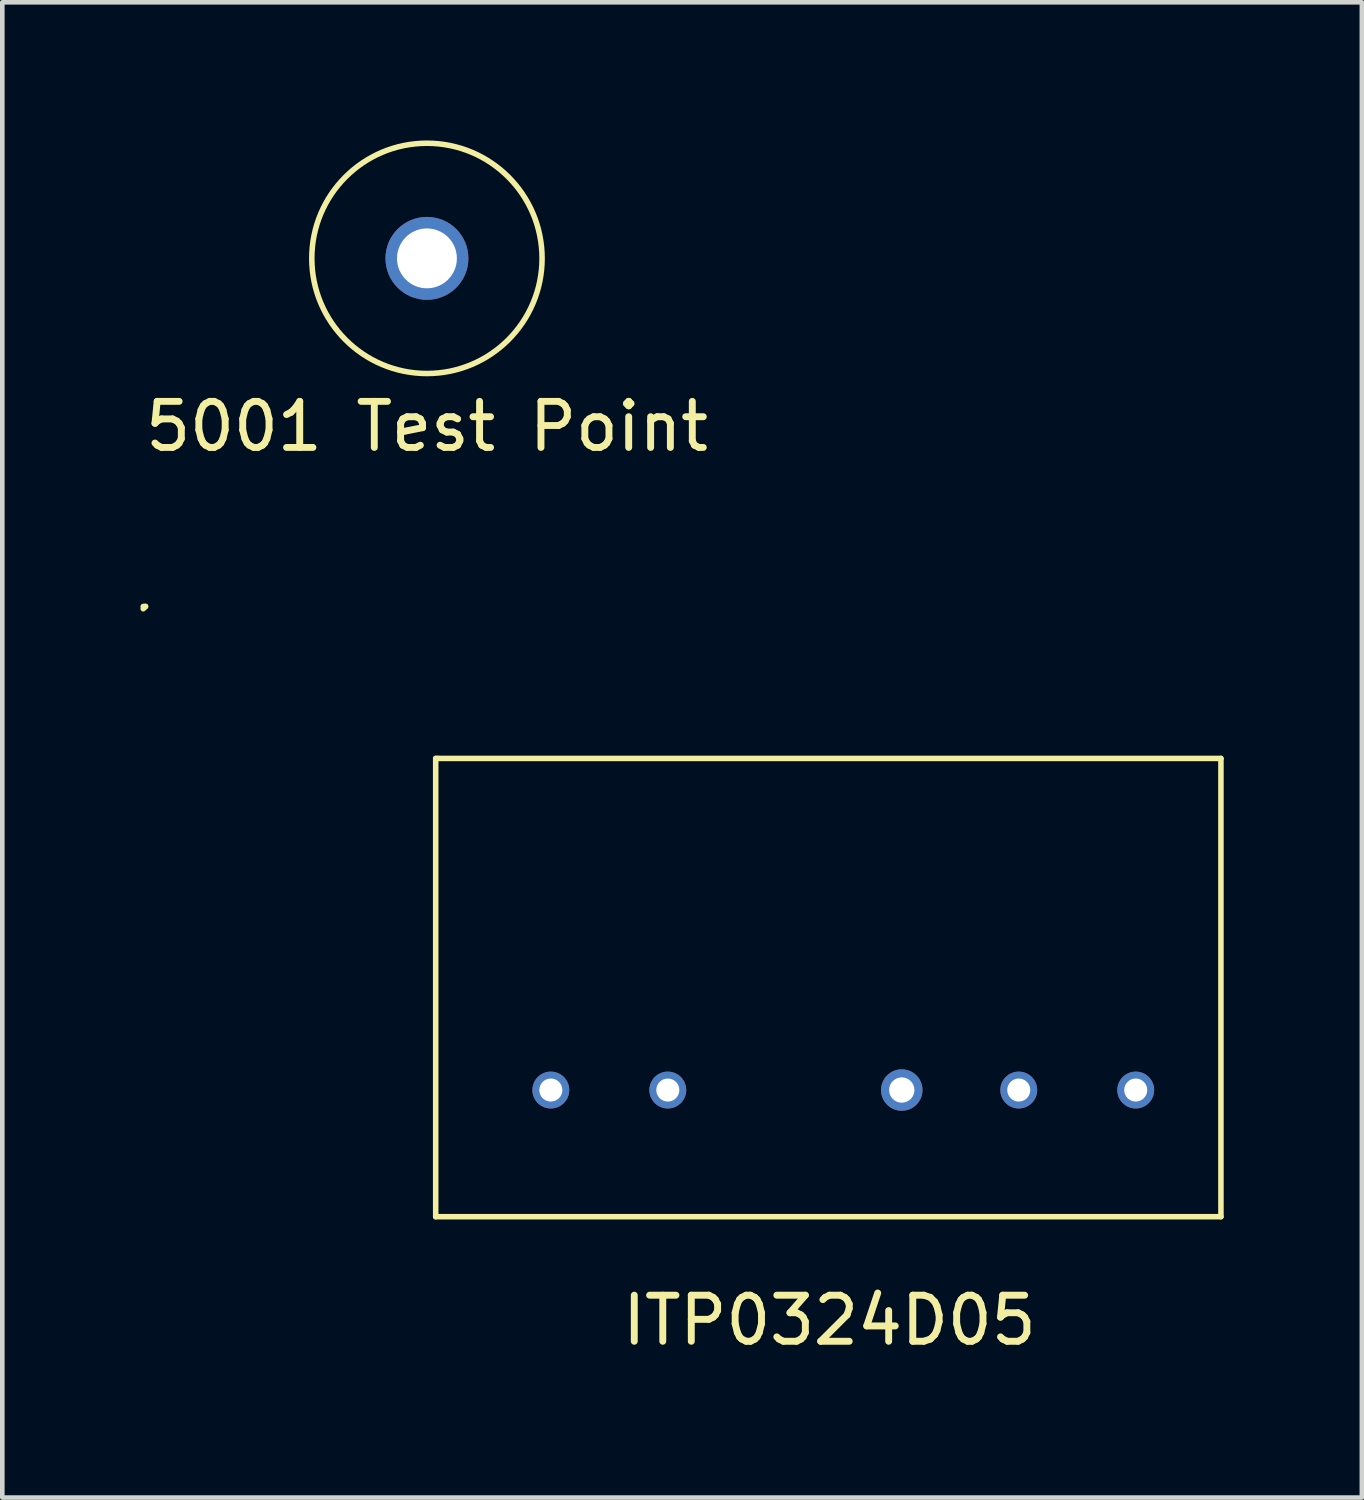
<source format=kicad_pcb>
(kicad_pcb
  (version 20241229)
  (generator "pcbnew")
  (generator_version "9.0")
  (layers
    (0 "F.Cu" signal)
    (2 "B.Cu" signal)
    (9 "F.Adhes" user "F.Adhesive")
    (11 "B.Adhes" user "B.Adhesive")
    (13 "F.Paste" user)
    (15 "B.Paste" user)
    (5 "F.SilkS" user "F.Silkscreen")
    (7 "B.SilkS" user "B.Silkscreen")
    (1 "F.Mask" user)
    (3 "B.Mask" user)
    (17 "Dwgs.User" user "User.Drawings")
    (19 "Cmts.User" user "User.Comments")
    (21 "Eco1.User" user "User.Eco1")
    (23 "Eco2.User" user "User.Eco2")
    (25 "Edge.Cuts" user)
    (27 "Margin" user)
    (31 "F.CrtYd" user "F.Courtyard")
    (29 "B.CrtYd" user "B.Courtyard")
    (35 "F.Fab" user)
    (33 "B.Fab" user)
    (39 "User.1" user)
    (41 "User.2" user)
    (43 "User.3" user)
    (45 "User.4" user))
  (footprint "5001 Test Point"
    (layer "F.Cu")
    (at 6.22 2.56)
    (property "Reference" "5001 Test Point" (at 0 3.65 0) (layer "F.SilkS") (effects (font (size 1 1) (thickness 0.15))))
    (attr through_hole)
    (fp_circle (center 0 0) (end 2.5 0) (stroke (width 0.12) (type solid)) (fill no) (layer "F.SilkS"))
    (pad "1" thru_hole circle (at 0 0) (size 1.8 1.8) (drill 1.3) (layers "*.Cu" "*.Mask")))
  (footprint "ITP0324D05"
    (layer "F.Cu")
    (at 14.91 20.618)
    (property "Reference" "ITP0324D05" (at 0.05 5 0) (layer "F.SilkS") (effects (font (size 1 1) (thickness 0.15))))
    (attr through_hole)
    (fp_line (start -14.85 -10.5) (end -14.8 -10.5) (stroke (width 0.12) (type solid)) (layer "F.SilkS"))
    (fp_line (start -14.8 -10.5) (end -14.85 -10.45) (stroke (width 0.12) (type solid)) (layer "F.SilkS"))
    (fp_line (start -8.5 -7.2) (end -8.45 -7.2) (stroke (width 0.12) (type solid)) (layer "F.SilkS"))
    (fp_line (start -8.5 2.75) (end -8.5 -7.2) (stroke (width 0.12) (type solid)) (layer "F.SilkS"))
    (fp_line (start -8.45 -7.2) (end 8.55 -7.2) (stroke (width 0.12) (type solid)) (layer "F.SilkS"))
    (fp_line (start 8.55 -7.2) (end 8.55 2.75) (stroke (width 0.12) (type solid)) (layer "F.SilkS"))
    (fp_line (start 8.55 2.75) (end -8.5 2.75) (stroke (width 0.12) (type solid)) (layer "F.SilkS"))
    (pad "1" thru_hole circle (at -6 0) (size 0.8 0.8) (drill 0.5) (layers "*.Cu" "*.Mask"))
    (pad "2" thru_hole circle (at -3.46 0) (size 0.8 0.8) (drill 0.5) (layers "*.Cu" "*.Mask"))
    (pad "4" thru_hole circle (at 1.62 0) (size 0.9 0.9) (drill 0.55) (layers "*.Cu" "*.Mask"))
    (pad "5" thru_hole circle (at 4.16 0) (size 0.8 0.8) (drill 0.5) (layers "*.Cu" "*.Mask"))
    (pad "6" thru_hole circle (at 6.7 0) (size 0.8 0.8) (drill 0.5) (layers "*.Cu" "*.Mask")))
  (gr_rect
    (start -3 -3)
    (end 26.52 29.466)
    (stroke (width 0.1) (type default))
    (fill no)
    (layer "Edge.Cuts")))
</source>
